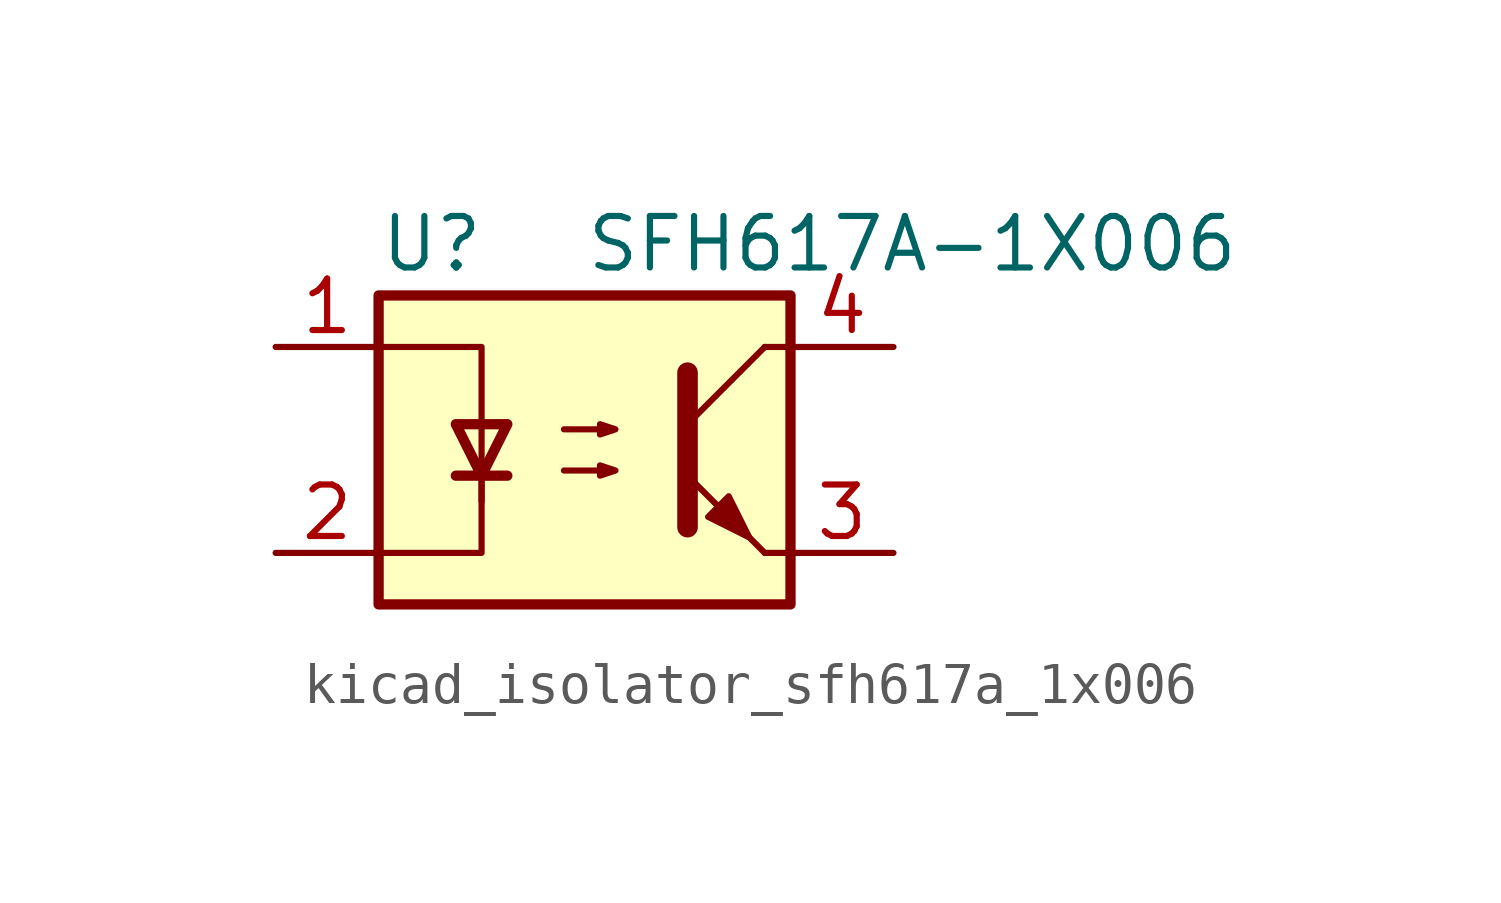
<source format=kicad_sym>
(kicad_symbol_lib
  (version 20220914)
  (generator kicad_symbol_editor)
  (symbol "kicad_isolator_sfh617a_1x006"
    (pin_names
      (offset 1.016))
    (property "Reference" "U"
      (at -5.08 5.08 0)
      (effects (font (size 1.27 1.27)) (justify left)))
    (property "Value" "SFH617A-1X006"
      (at 0 5.08 0)
      (effects (font (size 1.27 1.27)) (justify left)))
    (symbol "kicad_isolator_sfh617a_1x006_0_1"
      (rectangle (start -5.08 3.81) (end 5.08 -3.81) (stroke (width 0.254) (type default)) (fill (type background)))
      (polyline (pts (xy -3.175 -0.635) (xy -1.905 -0.635)) (stroke (width 0.254) (type default)) (fill (type none)))
      (polyline (pts (xy 2.54 0.635) (xy 4.445 2.54)) (stroke (width 0) (type default)) (fill (type none)))
      (polyline (pts (xy 4.445 -2.54) (xy 2.54 -0.635)) (stroke (width 0) (type default)) (fill (type outline)))
      (polyline (pts (xy 4.445 -2.54) (xy 5.08 -2.54)) (stroke (width 0) (type default)) (fill (type none)))
      (polyline (pts (xy 4.445 2.54) (xy 5.08 2.54)) (stroke (width 0) (type default)) (fill (type none)))
      (polyline (pts (xy -2.54 -0.635) (xy -2.54 -2.54) (xy -5.08 -2.54)) (stroke (width 0) (type default)) (fill (type none)))
      (polyline (pts (xy 2.54 1.905) (xy 2.54 -1.905) (xy 2.54 -1.905)) (stroke (width 0.508) (type default)) (fill (type none)))
      (polyline (pts (xy -5.08 2.54) (xy -2.54 2.54) (xy -2.54 -1.27) (xy -2.54 0.635)) (stroke (width 0) (type default)) (fill (type none)))
      (polyline (pts (xy -2.54 -0.635) (xy -3.175 0.635) (xy -1.905 0.635) (xy -2.54 -0.635)) (stroke (width 0.254) (type default)) (fill (type none)))
      (polyline (pts (xy -0.508 -0.508) (xy 0.762 -0.508) (xy 0.381 -0.635) (xy 0.381 -0.381) (xy 0.762 -0.508)) (stroke (width 0) (type default)) (fill (type none)))
      (polyline (pts (xy -0.508 0.508) (xy 0.762 0.508) (xy 0.381 0.381) (xy 0.381 0.635) (xy 0.762 0.508)) (stroke (width 0) (type default)) (fill (type none)))
      (polyline (pts (xy 3.048 -1.651) (xy 3.556 -1.143) (xy 4.064 -2.159) (xy 3.048 -1.651) (xy 3.048 -1.651)) (stroke (width 0) (type default)) (fill (type outline))))
    (symbol "kicad_isolator_sfh617a_1x006_1_1"
      (pin passive line (at -7.62 2.54 0) (length 2.54) (name "~" (effects (font (size 1.27 1.27)))) (number "1" (effects (font (size 1.27 1.27)))))
      (pin passive line (at -7.62 -2.54 0) (length 2.54) (name "~" (effects (font (size 1.27 1.27)))) (number "2" (effects (font (size 1.27 1.27)))))
      (pin passive line (at 7.62 -2.54 180) (length 2.54) (name "~" (effects (font (size 1.27 1.27)))) (number "3" (effects (font (size 1.27 1.27)))))
      (pin passive line (at 7.62 2.54 180) (length 2.54) (name "~" (effects (font (size 1.27 1.27)))) (number "4" (effects (font (size 1.27 1.27))))))))
</source>
